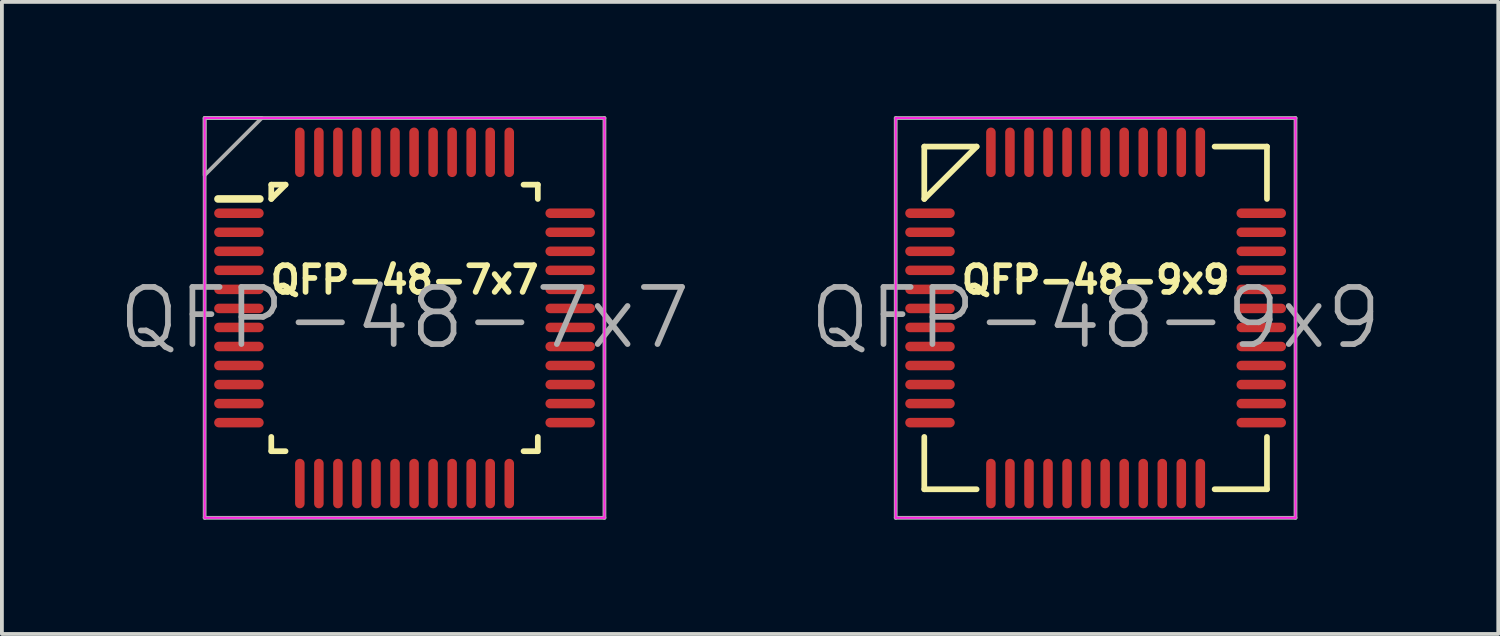
<source format=kicad_pcb>
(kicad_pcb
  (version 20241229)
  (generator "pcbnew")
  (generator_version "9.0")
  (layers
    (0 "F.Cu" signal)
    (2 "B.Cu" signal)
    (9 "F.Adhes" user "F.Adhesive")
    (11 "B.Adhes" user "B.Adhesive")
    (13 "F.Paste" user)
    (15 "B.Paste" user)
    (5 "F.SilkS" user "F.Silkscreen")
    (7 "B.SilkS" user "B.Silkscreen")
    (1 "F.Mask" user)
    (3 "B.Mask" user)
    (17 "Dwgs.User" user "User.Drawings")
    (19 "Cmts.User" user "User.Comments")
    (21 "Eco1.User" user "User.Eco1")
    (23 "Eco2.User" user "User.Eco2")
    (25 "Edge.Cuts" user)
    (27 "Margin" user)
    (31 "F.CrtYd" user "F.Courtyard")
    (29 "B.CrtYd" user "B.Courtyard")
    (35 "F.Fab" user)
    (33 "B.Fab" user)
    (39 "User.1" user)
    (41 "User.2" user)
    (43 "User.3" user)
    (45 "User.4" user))
  (footprint "QFP-48-9x9"
    (layer "F.Cu")
    (at 25.725 5.3)
    (property "Reference" "QFP-48-9x9" (at 0 -1 0) (layer "F.SilkS") (effects (font (size 0.7 0.7) (thickness 0.15))))
    (attr smd)
    (fp_line (start -4.5 -3.125) (end -4.5 -4.5) (stroke (width 0.15) (type solid)) (layer "F.SilkS"))
    (fp_line (start -4.5 -3.125) (end -3.125 -4.5) (stroke (width 0.15) (type solid)) (layer "F.SilkS"))
    (fp_line (start -4.5 3.125) (end -4.5 4.5) (stroke (width 0.15) (type solid)) (layer "F.SilkS"))
    (fp_line (start -3.125 -4.5) (end -4.5 -4.5) (stroke (width 0.15) (type solid)) (layer "F.SilkS"))
    (fp_line (start -3.125 4.5) (end -4.5 4.5) (stroke (width 0.15) (type solid)) (layer "F.SilkS"))
    (fp_line (start 3.125 -4.5) (end 4.5 -4.5) (stroke (width 0.15) (type solid)) (layer "F.SilkS"))
    (fp_line (start 3.125 4.5) (end 4.5 4.5) (stroke (width 0.15) (type solid)) (layer "F.SilkS"))
    (fp_line (start 4.5 -3.125) (end 4.5 -4.5) (stroke (width 0.15) (type solid)) (layer "F.SilkS"))
    (fp_line (start 4.5 3.125) (end 4.5 4.5) (stroke (width 0.15) (type solid)) (layer "F.SilkS"))
    (fp_line (start -5.25 -5.25) (end -5.25 5.25) (stroke (width 0.05) (type solid)) (layer "F.CrtYd"))
    (fp_line (start -5.25 5.25) (end 5.25 5.25) (stroke (width 0.05) (type solid)) (layer "F.CrtYd"))
    (fp_line (start 5.25 -5.25) (end -5.25 -5.25) (stroke (width 0.05) (type solid)) (layer "F.CrtYd"))
    (fp_line (start 5.25 5.25) (end 5.25 -5.25) (stroke (width 0.05) (type solid)) (layer "F.CrtYd"))
    (fp_line (start -5.25 -5.25) (end -5.25 5.25) (stroke (width 0.1) (type solid)) (layer "F.Fab"))
    (fp_line (start -5.25 5.25) (end 5.25 5.25) (stroke (width 0.1) (type solid)) (layer "F.Fab"))
    (fp_line (start 5.25 -5.25) (end -5.25 -5.25) (stroke (width 0.1) (type solid)) (layer "F.Fab"))
    (fp_line (start 5.25 5.25) (end 5.25 -5.25) (stroke (width 0.1) (type solid)) (layer "F.Fab"))
    (fp_text user "${REFERENCE}" (at 0 0 0) (layer "F.Fab") (effects (font (size 1.5 1.5) (thickness 0.15))))
    (pad "1" smd oval (at -4.35 -2.75) (size 1.3 0.25) (layers "F.Cu" "F.Mask" "F.Paste"))
    (pad "2" smd oval (at -4.35 -2.25) (size 1.3 0.25) (layers "F.Cu" "F.Mask" "F.Paste"))
    (pad "3" smd oval (at -4.35 -1.75) (size 1.3 0.25) (layers "F.Cu" "F.Mask" "F.Paste"))
    (pad "4" smd oval (at -4.35 -1.25) (size 1.3 0.25) (layers "F.Cu" "F.Mask" "F.Paste"))
    (pad "5" smd oval (at -4.35 -0.75) (size 1.3 0.25) (layers "F.Cu" "F.Mask" "F.Paste"))
    (pad "6" smd oval (at -4.35 -0.25) (size 1.3 0.25) (layers "F.Cu" "F.Mask" "F.Paste"))
    (pad "7" smd oval (at -4.35 0.25) (size 1.3 0.25) (layers "F.Cu" "F.Mask" "F.Paste"))
    (pad "8" smd oval (at -4.35 0.75) (size 1.3 0.25) (layers "F.Cu" "F.Mask" "F.Paste"))
    (pad "9" smd oval (at -4.35 1.25) (size 1.3 0.25) (layers "F.Cu" "F.Mask" "F.Paste"))
    (pad "10" smd oval (at -4.35 1.75) (size 1.3 0.25) (layers "F.Cu" "F.Mask" "F.Paste"))
    (pad "11" smd oval (at -4.35 2.25) (size 1.3 0.25) (layers "F.Cu" "F.Mask" "F.Paste"))
    (pad "12" smd oval (at -4.35 2.75) (size 1.3 0.25) (layers "F.Cu" "F.Mask" "F.Paste"))
    (pad "13" smd oval (at -2.75 4.35 90) (size 1.3 0.25) (layers "F.Cu" "F.Mask" "F.Paste"))
    (pad "14" smd oval (at -2.25 4.35 90) (size 1.3 0.25) (layers "F.Cu" "F.Mask" "F.Paste"))
    (pad "15" smd oval (at -1.75 4.35 90) (size 1.3 0.25) (layers "F.Cu" "F.Mask" "F.Paste"))
    (pad "16" smd oval (at -1.25 4.35 90) (size 1.3 0.25) (layers "F.Cu" "F.Mask" "F.Paste"))
    (pad "17" smd oval (at -0.75 4.35 90) (size 1.3 0.25) (layers "F.Cu" "F.Mask" "F.Paste"))
    (pad "18" smd oval (at -0.25 4.35 90) (size 1.3 0.25) (layers "F.Cu" "F.Mask" "F.Paste"))
    (pad "19" smd oval (at 0.25 4.35 90) (size 1.3 0.25) (layers "F.Cu" "F.Mask" "F.Paste"))
    (pad "20" smd oval (at 0.75 4.35 90) (size 1.3 0.25) (layers "F.Cu" "F.Mask" "F.Paste"))
    (pad "21" smd oval (at 1.25 4.35 90) (size 1.3 0.25) (layers "F.Cu" "F.Mask" "F.Paste"))
    (pad "22" smd oval (at 1.75 4.35 90) (size 1.3 0.25) (layers "F.Cu" "F.Mask" "F.Paste"))
    (pad "23" smd oval (at 2.25 4.35 90) (size 1.3 0.25) (layers "F.Cu" "F.Mask" "F.Paste"))
    (pad "24" smd oval (at 2.75 4.35 90) (size 1.3 0.25) (layers "F.Cu" "F.Mask" "F.Paste"))
    (pad "25" smd oval (at 4.35 2.75) (size 1.3 0.25) (layers "F.Cu" "F.Mask" "F.Paste"))
    (pad "26" smd oval (at 4.35 2.25) (size 1.3 0.25) (layers "F.Cu" "F.Mask" "F.Paste"))
    (pad "27" smd oval (at 4.35 1.75) (size 1.3 0.25) (layers "F.Cu" "F.Mask" "F.Paste"))
    (pad "28" smd oval (at 4.35 1.25) (size 1.3 0.25) (layers "F.Cu" "F.Mask" "F.Paste"))
    (pad "29" smd oval (at 4.35 0.75) (size 1.3 0.25) (layers "F.Cu" "F.Mask" "F.Paste"))
    (pad "30" smd oval (at 4.35 0.25) (size 1.3 0.25) (layers "F.Cu" "F.Mask" "F.Paste"))
    (pad "31" smd oval (at 4.35 -0.25) (size 1.3 0.25) (layers "F.Cu" "F.Mask" "F.Paste"))
    (pad "32" smd oval (at 4.35 -0.75) (size 1.3 0.25) (layers "F.Cu" "F.Mask" "F.Paste"))
    (pad "33" smd oval (at 4.35 -1.25) (size 1.3 0.25) (layers "F.Cu" "F.Mask" "F.Paste"))
    (pad "34" smd oval (at 4.35 -1.75) (size 1.3 0.25) (layers "F.Cu" "F.Mask" "F.Paste"))
    (pad "35" smd oval (at 4.35 -2.25) (size 1.3 0.25) (layers "F.Cu" "F.Mask" "F.Paste"))
    (pad "36" smd oval (at 4.35 -2.75) (size 1.3 0.25) (layers "F.Cu" "F.Mask" "F.Paste"))
    (pad "37" smd oval (at 2.75 -4.35 90) (size 1.3 0.25) (layers "F.Cu" "F.Mask" "F.Paste"))
    (pad "38" smd oval (at 2.25 -4.35 90) (size 1.3 0.25) (layers "F.Cu" "F.Mask" "F.Paste"))
    (pad "39" smd oval (at 1.75 -4.35 90) (size 1.3 0.25) (layers "F.Cu" "F.Mask" "F.Paste"))
    (pad "40" smd oval (at 1.25 -4.35 90) (size 1.3 0.25) (layers "F.Cu" "F.Mask" "F.Paste"))
    (pad "41" smd oval (at 0.75 -4.35 90) (size 1.3 0.25) (layers "F.Cu" "F.Mask" "F.Paste"))
    (pad "42" smd oval (at 0.25 -4.35 90) (size 1.3 0.25) (layers "F.Cu" "F.Mask" "F.Paste"))
    (pad "43" smd oval (at -0.25 -4.35 90) (size 1.3 0.25) (layers "F.Cu" "F.Mask" "F.Paste"))
    (pad "44" smd oval (at -0.75 -4.35 90) (size 1.3 0.25) (layers "F.Cu" "F.Mask" "F.Paste"))
    (pad "45" smd oval (at -1.25 -4.35 90) (size 1.3 0.25) (layers "F.Cu" "F.Mask" "F.Paste"))
    (pad "46" smd oval (at -1.75 -4.35 90) (size 1.3 0.25) (layers "F.Cu" "F.Mask" "F.Paste"))
    (pad "47" smd oval (at -2.25 -4.35 90) (size 1.3 0.25) (layers "F.Cu" "F.Mask" "F.Paste"))
    (pad "48" smd oval (at -2.75 -4.35 90) (size 1.3 0.25) (layers "F.Cu" "F.Mask" "F.Paste")))
  (footprint "QFP-48-7x7"
    (layer "F.Cu")
    (at 7.575 5.3)
    (property "Reference" "QFP-48-7x7" (at 0 -1 0) (layer "F.SilkS") (effects (font (size 0.7 0.7) (thickness 0.15))))
    (attr smd)
    (fp_line (start -4.9 -3.125) (end -3.8 -3.125) (stroke (width 0.2) (type solid)) (layer "F.SilkS"))
    (fp_line (start -3.5 -3.125) (end -3.5 -3.5) (stroke (width 0.15) (type solid)) (layer "F.SilkS"))
    (fp_line (start -3.5 -3.125) (end -3.125 -3.5) (stroke (width 0.15) (type solid)) (layer "F.SilkS"))
    (fp_line (start -3.5 3.125) (end -3.5 3.5) (stroke (width 0.15) (type solid)) (layer "F.SilkS"))
    (fp_line (start -3.125 -3.5) (end -3.5 -3.5) (stroke (width 0.15) (type solid)) (layer "F.SilkS"))
    (fp_line (start -3.125 3.5) (end -3.5 3.5) (stroke (width 0.15) (type solid)) (layer "F.SilkS"))
    (fp_line (start 3.125 -3.5) (end 3.5 -3.5) (stroke (width 0.15) (type solid)) (layer "F.SilkS"))
    (fp_line (start 3.125 3.5) (end 3.5 3.5) (stroke (width 0.15) (type solid)) (layer "F.SilkS"))
    (fp_line (start 3.5 -3.125) (end 3.5 -3.5) (stroke (width 0.15) (type solid)) (layer "F.SilkS"))
    (fp_line (start 3.5 3.125) (end 3.5 3.5) (stroke (width 0.15) (type solid)) (layer "F.SilkS"))
    (fp_line (start -5.25 -5.25) (end -5.25 5.25) (stroke (width 0.05) (type solid)) (layer "F.CrtYd"))
    (fp_line (start -5.25 5.25) (end 5.25 5.25) (stroke (width 0.05) (type solid)) (layer "F.CrtYd"))
    (fp_line (start 5.25 -5.25) (end -5.25 -5.25) (stroke (width 0.05) (type solid)) (layer "F.CrtYd"))
    (fp_line (start 5.25 5.25) (end 5.25 -5.25) (stroke (width 0.05) (type solid)) (layer "F.CrtYd"))
    (fp_line (start -5.25 -5.25) (end -5.25 5.25) (stroke (width 0.1) (type solid)) (layer "F.Fab"))
    (fp_line (start -5.25 5.25) (end 5.25 5.25) (stroke (width 0.1) (type solid)) (layer "F.Fab"))
    (fp_line (start 5.25 -5.25) (end -5.25 -5.25) (stroke (width 0.1) (type solid)) (layer "F.Fab"))
    (fp_line (start 5.25 5.25) (end 5.25 -5.25) (stroke (width 0.1) (type solid)) (layer "F.Fab"))
    (fp_poly (pts (xy -5.25 -5.25) (xy -3.75 -5.25) (xy -5.25 -3.75)) (stroke (width 0.1) (type solid)) (fill no) (layer "F.Fab"))
    (fp_text user "${REFERENCE}" (at 0 0 0) (layer "F.Fab") (effects (font (size 1.5 1.5) (thickness 0.15))))
    (pad "1" smd oval (at -4.35 -2.75) (size 1.3 0.25) (layers "F.Cu" "F.Mask" "F.Paste"))
    (pad "2" smd oval (at -4.35 -2.25) (size 1.3 0.25) (layers "F.Cu" "F.Mask" "F.Paste"))
    (pad "3" smd oval (at -4.35 -1.75) (size 1.3 0.25) (layers "F.Cu" "F.Mask" "F.Paste"))
    (pad "4" smd oval (at -4.35 -1.25) (size 1.3 0.25) (layers "F.Cu" "F.Mask" "F.Paste"))
    (pad "5" smd oval (at -4.35 -0.75) (size 1.3 0.25) (layers "F.Cu" "F.Mask" "F.Paste"))
    (pad "6" smd oval (at -4.35 -0.25) (size 1.3 0.25) (layers "F.Cu" "F.Mask" "F.Paste"))
    (pad "7" smd oval (at -4.35 0.25) (size 1.3 0.25) (layers "F.Cu" "F.Mask" "F.Paste"))
    (pad "8" smd oval (at -4.35 0.75) (size 1.3 0.25) (layers "F.Cu" "F.Mask" "F.Paste"))
    (pad "9" smd oval (at -4.35 1.25) (size 1.3 0.25) (layers "F.Cu" "F.Mask" "F.Paste"))
    (pad "10" smd oval (at -4.35 1.75) (size 1.3 0.25) (layers "F.Cu" "F.Mask" "F.Paste"))
    (pad "11" smd oval (at -4.35 2.25) (size 1.3 0.25) (layers "F.Cu" "F.Mask" "F.Paste"))
    (pad "12" smd oval (at -4.35 2.75) (size 1.3 0.25) (layers "F.Cu" "F.Mask" "F.Paste"))
    (pad "13" smd oval (at -2.75 4.35 90) (size 1.3 0.25) (layers "F.Cu" "F.Mask" "F.Paste"))
    (pad "14" smd oval (at -2.25 4.35 90) (size 1.3 0.25) (layers "F.Cu" "F.Mask" "F.Paste"))
    (pad "15" smd oval (at -1.75 4.35 90) (size 1.3 0.25) (layers "F.Cu" "F.Mask" "F.Paste"))
    (pad "16" smd oval (at -1.25 4.35 90) (size 1.3 0.25) (layers "F.Cu" "F.Mask" "F.Paste"))
    (pad "17" smd oval (at -0.75 4.35 90) (size 1.3 0.25) (layers "F.Cu" "F.Mask" "F.Paste"))
    (pad "18" smd oval (at -0.25 4.35 90) (size 1.3 0.25) (layers "F.Cu" "F.Mask" "F.Paste"))
    (pad "19" smd oval (at 0.25 4.35 90) (size 1.3 0.25) (layers "F.Cu" "F.Mask" "F.Paste"))
    (pad "20" smd oval (at 0.75 4.35 90) (size 1.3 0.25) (layers "F.Cu" "F.Mask" "F.Paste"))
    (pad "21" smd oval (at 1.25 4.35 90) (size 1.3 0.25) (layers "F.Cu" "F.Mask" "F.Paste"))
    (pad "22" smd oval (at 1.75 4.35 90) (size 1.3 0.25) (layers "F.Cu" "F.Mask" "F.Paste"))
    (pad "23" smd oval (at 2.25 4.35 90) (size 1.3 0.25) (layers "F.Cu" "F.Mask" "F.Paste"))
    (pad "24" smd oval (at 2.75 4.35 90) (size 1.3 0.25) (layers "F.Cu" "F.Mask" "F.Paste"))
    (pad "25" smd oval (at 4.35 2.75) (size 1.3 0.25) (layers "F.Cu" "F.Mask" "F.Paste"))
    (pad "26" smd oval (at 4.35 2.25) (size 1.3 0.25) (layers "F.Cu" "F.Mask" "F.Paste"))
    (pad "27" smd oval (at 4.35 1.75) (size 1.3 0.25) (layers "F.Cu" "F.Mask" "F.Paste"))
    (pad "28" smd oval (at 4.35 1.25) (size 1.3 0.25) (layers "F.Cu" "F.Mask" "F.Paste"))
    (pad "29" smd oval (at 4.35 0.75) (size 1.3 0.25) (layers "F.Cu" "F.Mask" "F.Paste"))
    (pad "30" smd oval (at 4.35 0.25) (size 1.3 0.25) (layers "F.Cu" "F.Mask" "F.Paste"))
    (pad "31" smd oval (at 4.35 -0.25) (size 1.3 0.25) (layers "F.Cu" "F.Mask" "F.Paste"))
    (pad "32" smd oval (at 4.35 -0.75) (size 1.3 0.25) (layers "F.Cu" "F.Mask" "F.Paste"))
    (pad "33" smd oval (at 4.35 -1.25) (size 1.3 0.25) (layers "F.Cu" "F.Mask" "F.Paste"))
    (pad "34" smd oval (at 4.35 -1.75) (size 1.3 0.25) (layers "F.Cu" "F.Mask" "F.Paste"))
    (pad "35" smd oval (at 4.35 -2.25) (size 1.3 0.25) (layers "F.Cu" "F.Mask" "F.Paste"))
    (pad "36" smd oval (at 4.35 -2.75) (size 1.3 0.25) (layers "F.Cu" "F.Mask" "F.Paste"))
    (pad "37" smd oval (at 2.75 -4.35 90) (size 1.3 0.25) (layers "F.Cu" "F.Mask" "F.Paste"))
    (pad "38" smd oval (at 2.25 -4.35 90) (size 1.3 0.25) (layers "F.Cu" "F.Mask" "F.Paste"))
    (pad "39" smd oval (at 1.75 -4.35 90) (size 1.3 0.25) (layers "F.Cu" "F.Mask" "F.Paste"))
    (pad "40" smd oval (at 1.25 -4.35 90) (size 1.3 0.25) (layers "F.Cu" "F.Mask" "F.Paste"))
    (pad "41" smd oval (at 0.75 -4.35 90) (size 1.3 0.25) (layers "F.Cu" "F.Mask" "F.Paste"))
    (pad "42" smd oval (at 0.25 -4.35 90) (size 1.3 0.25) (layers "F.Cu" "F.Mask" "F.Paste"))
    (pad "43" smd oval (at -0.25 -4.35 90) (size 1.3 0.25) (layers "F.Cu" "F.Mask" "F.Paste"))
    (pad "44" smd oval (at -0.75 -4.35 90) (size 1.3 0.25) (layers "F.Cu" "F.Mask" "F.Paste"))
    (pad "45" smd oval (at -1.25 -4.35 90) (size 1.3 0.25) (layers "F.Cu" "F.Mask" "F.Paste"))
    (pad "46" smd oval (at -1.75 -4.35 90) (size 1.3 0.25) (layers "F.Cu" "F.Mask" "F.Paste"))
    (pad "47" smd oval (at -2.25 -4.35 90) (size 1.3 0.25) (layers "F.Cu" "F.Mask" "F.Paste"))
    (pad "48" smd oval (at -2.75 -4.35 90) (size 1.3 0.25) (layers "F.Cu" "F.Mask" "F.Paste")))
  (gr_rect
    (start -3 -3)
    (end 36.3 13.6)
    (stroke (width 0.1) (type default))
    (fill no)
    (layer "Edge.Cuts")))
</source>
